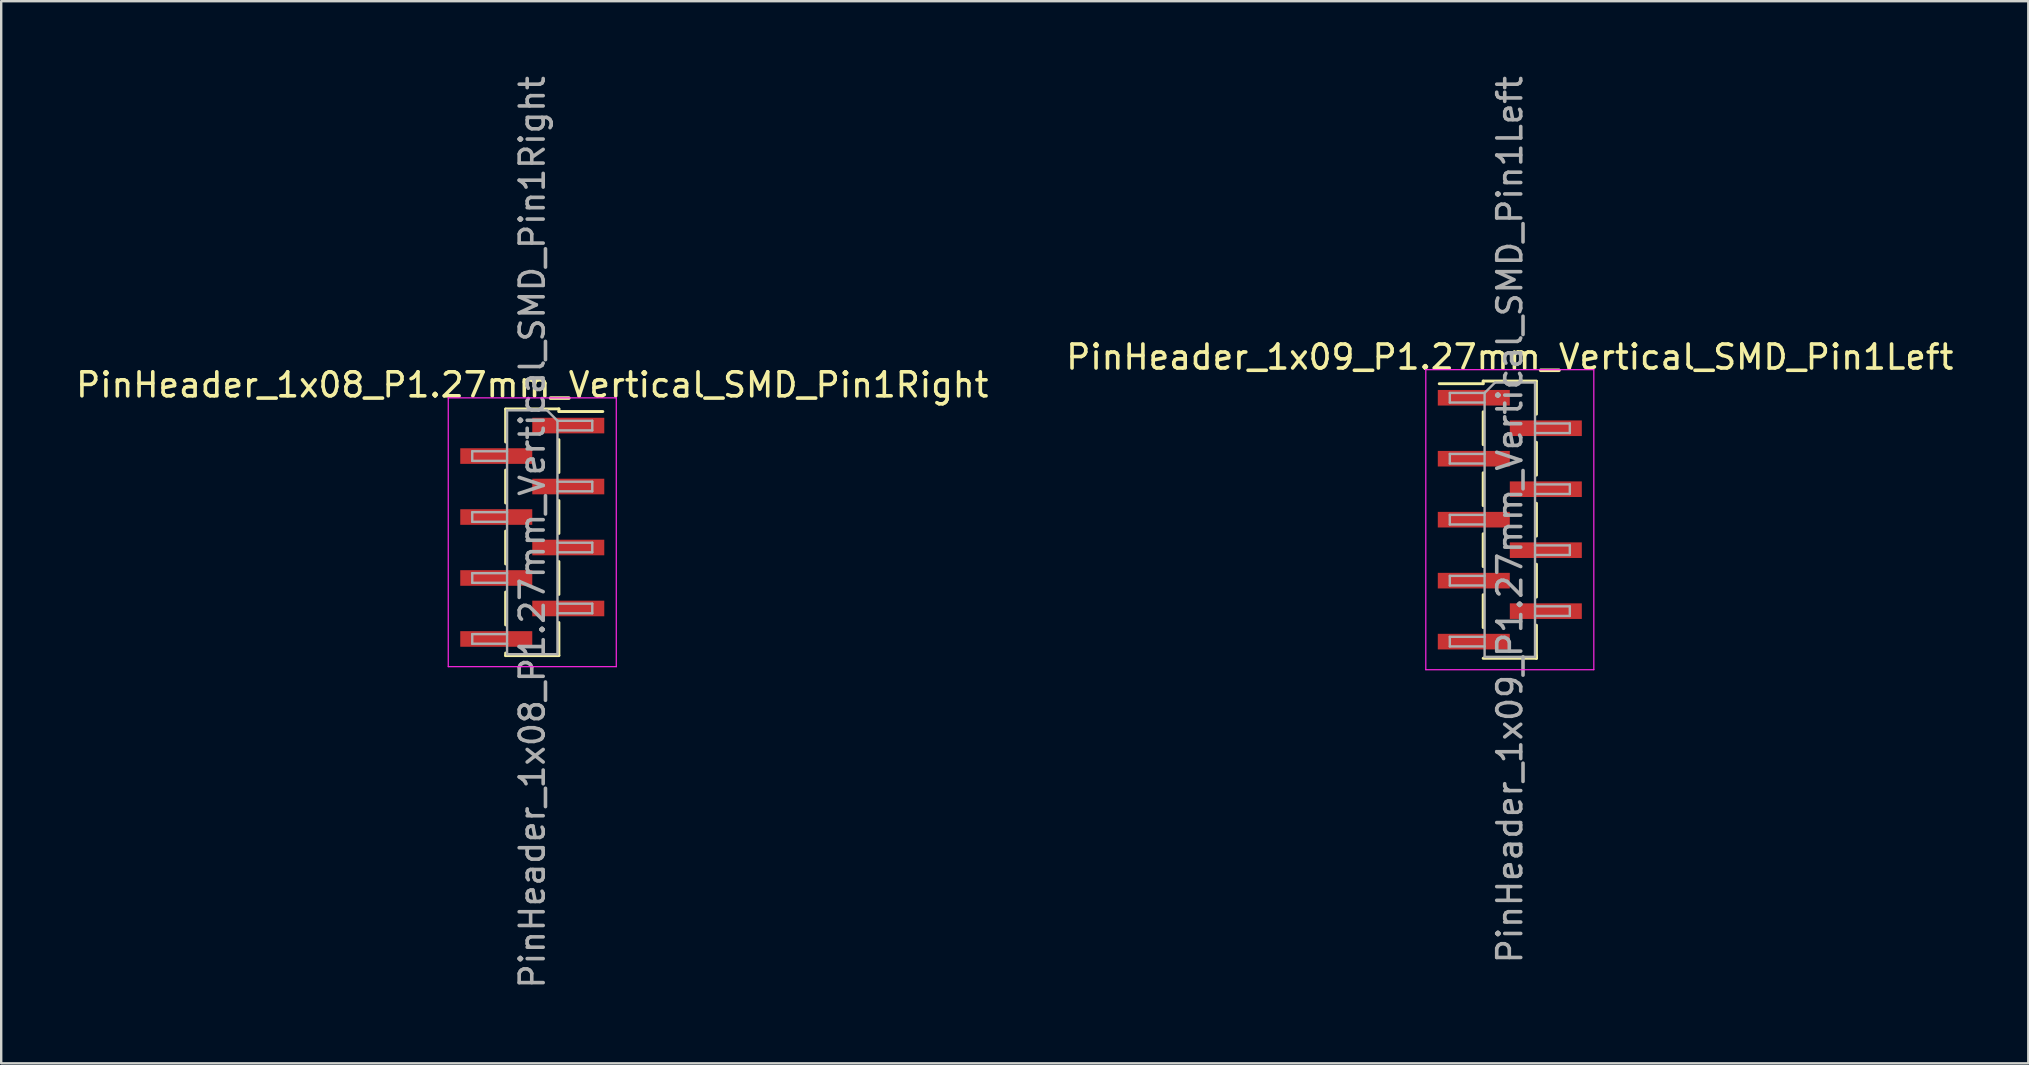
<source format=kicad_pcb>
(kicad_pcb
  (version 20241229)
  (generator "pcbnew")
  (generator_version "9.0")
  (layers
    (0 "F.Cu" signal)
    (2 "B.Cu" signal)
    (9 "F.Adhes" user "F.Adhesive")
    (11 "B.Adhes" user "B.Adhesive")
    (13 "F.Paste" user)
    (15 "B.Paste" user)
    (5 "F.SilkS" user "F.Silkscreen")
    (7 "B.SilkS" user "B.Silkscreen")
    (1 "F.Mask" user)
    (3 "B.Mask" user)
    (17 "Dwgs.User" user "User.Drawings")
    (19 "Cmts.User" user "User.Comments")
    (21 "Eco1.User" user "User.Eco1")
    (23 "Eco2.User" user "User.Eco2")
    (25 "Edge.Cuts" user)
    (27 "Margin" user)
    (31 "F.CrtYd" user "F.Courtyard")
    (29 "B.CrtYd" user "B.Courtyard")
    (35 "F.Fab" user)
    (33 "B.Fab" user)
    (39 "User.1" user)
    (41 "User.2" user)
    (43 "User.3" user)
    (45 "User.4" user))
  (footprint "PinHeader_1x08_P1.27mm_Vertical_SMD_Pin1Right"
    (layer "F.Cu")
    (at 19.125 19.125)
    (property "Reference" "PinHeader_1x08_P1.27mm_Vertical_SMD_Pin1Right" (at 0 -6.14 0) (layer "F.SilkS") (effects (font (size 1 1) (thickness 0.15))))
    (attr smd)
    (fp_line (start -1.11 -5.14) (end 1.11 -5.14) (stroke (width 0.12) (type solid)) (layer "F.SilkS"))
    (fp_line (start -1.11 -5.13) (end -1.11 -3.76) (stroke (width 0.12) (type solid)) (layer "F.SilkS"))
    (fp_line (start -1.11 -2.59) (end -1.11 -1.22) (stroke (width 0.12) (type solid)) (layer "F.SilkS"))
    (fp_line (start -1.11 -0.05) (end -1.11 1.32) (stroke (width 0.12) (type solid)) (layer "F.SilkS"))
    (fp_line (start -1.11 2.49) (end -1.11 3.86) (stroke (width 0.12) (type solid)) (layer "F.SilkS"))
    (fp_line (start -1.11 5.03) (end -1.11 5.14) (stroke (width 0.12) (type solid)) (layer "F.SilkS"))
    (fp_line (start -1.11 5.14) (end 1.11 5.14) (stroke (width 0.12) (type solid)) (layer "F.SilkS"))
    (fp_line (start 1.11 -5.14) (end 1.11 -5.03) (stroke (width 0.12) (type solid)) (layer "F.SilkS"))
    (fp_line (start 1.11 -5.03) (end 2.94 -5.03) (stroke (width 0.12) (type solid)) (layer "F.SilkS"))
    (fp_line (start 1.11 -3.86) (end 1.11 -2.49) (stroke (width 0.12) (type solid)) (layer "F.SilkS"))
    (fp_line (start 1.11 -1.32) (end 1.11 0.05) (stroke (width 0.12) (type solid)) (layer "F.SilkS"))
    (fp_line (start 1.11 1.22) (end 1.11 2.59) (stroke (width 0.12) (type solid)) (layer "F.SilkS"))
    (fp_line (start 1.11 3.76) (end 1.11 5.13) (stroke (width 0.12) (type solid)) (layer "F.SilkS"))
    (fp_line (start -3.5 -5.6) (end -3.5 5.6) (stroke (width 0.05) (type solid)) (layer "F.CrtYd"))
    (fp_line (start -3.5 5.6) (end 3.5 5.6) (stroke (width 0.05) (type solid)) (layer "F.CrtYd"))
    (fp_line (start 3.5 -5.6) (end -3.5 -5.6) (stroke (width 0.05) (type solid)) (layer "F.CrtYd"))
    (fp_line (start 3.5 5.6) (end 3.5 -5.6) (stroke (width 0.05) (type solid)) (layer "F.CrtYd"))
    (fp_line (start -2.5 -3.375) (end -2.5 -2.975) (stroke (width 0.1) (type solid)) (layer "F.Fab"))
    (fp_line (start -2.5 -2.975) (end -1.05 -2.975) (stroke (width 0.1) (type solid)) (layer "F.Fab"))
    (fp_line (start -2.5 -0.835) (end -2.5 -0.435) (stroke (width 0.1) (type solid)) (layer "F.Fab"))
    (fp_line (start -2.5 -0.435) (end -1.05 -0.435) (stroke (width 0.1) (type solid)) (layer "F.Fab"))
    (fp_line (start -2.5 1.705) (end -2.5 2.105) (stroke (width 0.1) (type solid)) (layer "F.Fab"))
    (fp_line (start -2.5 2.105) (end -1.05 2.105) (stroke (width 0.1) (type solid)) (layer "F.Fab"))
    (fp_line (start -2.5 4.245) (end -2.5 4.645) (stroke (width 0.1) (type solid)) (layer "F.Fab"))
    (fp_line (start -2.5 4.645) (end -1.05 4.645) (stroke (width 0.1) (type solid)) (layer "F.Fab"))
    (fp_line (start -1.05 -5.08) (end -1.05 5.08) (stroke (width 0.1) (type solid)) (layer "F.Fab"))
    (fp_line (start -1.05 -5.08) (end 0.615 -5.08) (stroke (width 0.1) (type solid)) (layer "F.Fab"))
    (fp_line (start -1.05 -3.375) (end -2.5 -3.375) (stroke (width 0.1) (type solid)) (layer "F.Fab"))
    (fp_line (start -1.05 -0.835) (end -2.5 -0.835) (stroke (width 0.1) (type solid)) (layer "F.Fab"))
    (fp_line (start -1.05 1.705) (end -2.5 1.705) (stroke (width 0.1) (type solid)) (layer "F.Fab"))
    (fp_line (start -1.05 4.245) (end -2.5 4.245) (stroke (width 0.1) (type solid)) (layer "F.Fab"))
    (fp_line (start 1.05 -4.645) (end 0.615 -5.08) (stroke (width 0.1) (type solid)) (layer "F.Fab"))
    (fp_line (start 1.05 -4.645) (end 2.5 -4.645) (stroke (width 0.1) (type solid)) (layer "F.Fab"))
    (fp_line (start 1.05 -2.105) (end 2.5 -2.105) (stroke (width 0.1) (type solid)) (layer "F.Fab"))
    (fp_line (start 1.05 0.435) (end 2.5 0.435) (stroke (width 0.1) (type solid)) (layer "F.Fab"))
    (fp_line (start 1.05 2.975) (end 2.5 2.975) (stroke (width 0.1) (type solid)) (layer "F.Fab"))
    (fp_line (start 1.05 5.08) (end -1.05 5.08) (stroke (width 0.1) (type solid)) (layer "F.Fab"))
    (fp_line (start 1.05 5.08) (end 1.05 -4.645) (stroke (width 0.1) (type solid)) (layer "F.Fab"))
    (fp_line (start 2.5 -4.645) (end 2.5 -4.245) (stroke (width 0.1) (type solid)) (layer "F.Fab"))
    (fp_line (start 2.5 -4.245) (end 1.05 -4.245) (stroke (width 0.1) (type solid)) (layer "F.Fab"))
    (fp_line (start 2.5 -2.105) (end 2.5 -1.705) (stroke (width 0.1) (type solid)) (layer "F.Fab"))
    (fp_line (start 2.5 -1.705) (end 1.05 -1.705) (stroke (width 0.1) (type solid)) (layer "F.Fab"))
    (fp_line (start 2.5 0.435) (end 2.5 0.835) (stroke (width 0.1) (type solid)) (layer "F.Fab"))
    (fp_line (start 2.5 0.835) (end 1.05 0.835) (stroke (width 0.1) (type solid)) (layer "F.Fab"))
    (fp_line (start 2.5 2.975) (end 2.5 3.375) (stroke (width 0.1) (type solid)) (layer "F.Fab"))
    (fp_line (start 2.5 3.375) (end 1.05 3.375) (stroke (width 0.1) (type solid)) (layer "F.Fab"))
    (fp_text user "${REFERENCE}" (at 0 0 90) (layer "F.Fab") (effects (font (size 1 1) (thickness 0.15))))
    (pad "1" smd rect (at 1.5 -4.445) (size 3 0.65) (layers "F.Cu" "F.Mask" "F.Paste"))
    (pad "2" smd rect (at -1.5 -3.175) (size 3 0.65) (layers "F.Cu" "F.Mask" "F.Paste"))
    (pad "3" smd rect (at 1.5 -1.905) (size 3 0.65) (layers "F.Cu" "F.Mask" "F.Paste"))
    (pad "4" smd rect (at -1.5 -0.635) (size 3 0.65) (layers "F.Cu" "F.Mask" "F.Paste"))
    (pad "5" smd rect (at 1.5 0.635) (size 3 0.65) (layers "F.Cu" "F.Mask" "F.Paste"))
    (pad "6" smd rect (at -1.5 1.905) (size 3 0.65) (layers "F.Cu" "F.Mask" "F.Paste"))
    (pad "7" smd rect (at 1.5 3.175) (size 3 0.65) (layers "F.Cu" "F.Mask" "F.Paste"))
    (pad "8" smd rect (at -1.5 4.445) (size 3 0.65) (layers "F.Cu" "F.Mask" "F.Paste")))
  (footprint "PinHeader_1x09_P1.27mm_Vertical_SMD_Pin1Left"
    (layer "F.Cu")
    (at 59.851 18.601)
    (property "Reference" "PinHeader_1x09_P1.27mm_Vertical_SMD_Pin1Left" (at 0 -6.775 0) (layer "F.SilkS") (effects (font (size 1 1) (thickness 0.15))))
    (attr smd)
    (fp_line (start -1.11 -5.775) (end -1.11 -5.665) (stroke (width 0.12) (type solid)) (layer "F.SilkS"))
    (fp_line (start -1.11 -5.775) (end 1.11 -5.775) (stroke (width 0.12) (type solid)) (layer "F.SilkS"))
    (fp_line (start -1.11 -5.665) (end -2.94 -5.665) (stroke (width 0.12) (type solid)) (layer "F.SilkS"))
    (fp_line (start -1.11 -4.495) (end -1.11 -3.125) (stroke (width 0.12) (type solid)) (layer "F.SilkS"))
    (fp_line (start -1.11 -1.955) (end -1.11 -0.585) (stroke (width 0.12) (type solid)) (layer "F.SilkS"))
    (fp_line (start -1.11 0.585) (end -1.11 1.955) (stroke (width 0.12) (type solid)) (layer "F.SilkS"))
    (fp_line (start -1.11 3.125) (end -1.11 4.495) (stroke (width 0.12) (type solid)) (layer "F.SilkS"))
    (fp_line (start -1.11 5.775) (end 1.11 5.775) (stroke (width 0.12) (type solid)) (layer "F.SilkS"))
    (fp_line (start 1.11 -5.765) (end 1.11 -4.395) (stroke (width 0.12) (type solid)) (layer "F.SilkS"))
    (fp_line (start 1.11 -3.225) (end 1.11 -1.855) (stroke (width 0.12) (type solid)) (layer "F.SilkS"))
    (fp_line (start 1.11 -0.685) (end 1.11 0.685) (stroke (width 0.12) (type solid)) (layer "F.SilkS"))
    (fp_line (start 1.11 1.855) (end 1.11 3.225) (stroke (width 0.12) (type solid)) (layer "F.SilkS"))
    (fp_line (start 1.11 4.395) (end 1.11 5.765) (stroke (width 0.12) (type solid)) (layer "F.SilkS"))
    (fp_line (start 1.11 5.665) (end 1.11 5.775) (stroke (width 0.12) (type solid)) (layer "F.SilkS"))
    (fp_line (start -3.5 -6.25) (end -3.5 6.25) (stroke (width 0.05) (type solid)) (layer "F.CrtYd"))
    (fp_line (start -3.5 6.25) (end 3.5 6.25) (stroke (width 0.05) (type solid)) (layer "F.CrtYd"))
    (fp_line (start 3.5 -6.25) (end -3.5 -6.25) (stroke (width 0.05) (type solid)) (layer "F.CrtYd"))
    (fp_line (start 3.5 6.25) (end 3.5 -6.25) (stroke (width 0.05) (type solid)) (layer "F.CrtYd"))
    (fp_line (start -2.5 -5.28) (end -2.5 -4.88) (stroke (width 0.1) (type solid)) (layer "F.Fab"))
    (fp_line (start -2.5 -4.88) (end -1.05 -4.88) (stroke (width 0.1) (type solid)) (layer "F.Fab"))
    (fp_line (start -2.5 -2.74) (end -2.5 -2.34) (stroke (width 0.1) (type solid)) (layer "F.Fab"))
    (fp_line (start -2.5 -2.34) (end -1.05 -2.34) (stroke (width 0.1) (type solid)) (layer "F.Fab"))
    (fp_line (start -2.5 -0.2) (end -2.5 0.2) (stroke (width 0.1) (type solid)) (layer "F.Fab"))
    (fp_line (start -2.5 0.2) (end -1.05 0.2) (stroke (width 0.1) (type solid)) (layer "F.Fab"))
    (fp_line (start -2.5 2.34) (end -2.5 2.74) (stroke (width 0.1) (type solid)) (layer "F.Fab"))
    (fp_line (start -2.5 2.74) (end -1.05 2.74) (stroke (width 0.1) (type solid)) (layer "F.Fab"))
    (fp_line (start -2.5 4.88) (end -2.5 5.28) (stroke (width 0.1) (type solid)) (layer "F.Fab"))
    (fp_line (start -2.5 5.28) (end -1.05 5.28) (stroke (width 0.1) (type solid)) (layer "F.Fab"))
    (fp_line (start -1.05 -5.28) (end -2.5 -5.28) (stroke (width 0.1) (type solid)) (layer "F.Fab"))
    (fp_line (start -1.05 -5.28) (end -0.615 -5.715) (stroke (width 0.1) (type solid)) (layer "F.Fab"))
    (fp_line (start -1.05 -2.74) (end -2.5 -2.74) (stroke (width 0.1) (type solid)) (layer "F.Fab"))
    (fp_line (start -1.05 -0.2) (end -2.5 -0.2) (stroke (width 0.1) (type solid)) (layer "F.Fab"))
    (fp_line (start -1.05 2.34) (end -2.5 2.34) (stroke (width 0.1) (type solid)) (layer "F.Fab"))
    (fp_line (start -1.05 4.88) (end -2.5 4.88) (stroke (width 0.1) (type solid)) (layer "F.Fab"))
    (fp_line (start -1.05 5.715) (end -1.05 -5.28) (stroke (width 0.1) (type solid)) (layer "F.Fab"))
    (fp_line (start -0.615 -5.715) (end 1.05 -5.715) (stroke (width 0.1) (type solid)) (layer "F.Fab"))
    (fp_line (start 1.05 -5.715) (end 1.05 5.715) (stroke (width 0.1) (type solid)) (layer "F.Fab"))
    (fp_line (start 1.05 -4.01) (end 2.5 -4.01) (stroke (width 0.1) (type solid)) (layer "F.Fab"))
    (fp_line (start 1.05 -1.47) (end 2.5 -1.47) (stroke (width 0.1) (type solid)) (layer "F.Fab"))
    (fp_line (start 1.05 1.07) (end 2.5 1.07) (stroke (width 0.1) (type solid)) (layer "F.Fab"))
    (fp_line (start 1.05 3.61) (end 2.5 3.61) (stroke (width 0.1) (type solid)) (layer "F.Fab"))
    (fp_line (start 1.05 5.715) (end -1.05 5.715) (stroke (width 0.1) (type solid)) (layer "F.Fab"))
    (fp_line (start 2.5 -4.01) (end 2.5 -3.61) (stroke (width 0.1) (type solid)) (layer "F.Fab"))
    (fp_line (start 2.5 -3.61) (end 1.05 -3.61) (stroke (width 0.1) (type solid)) (layer "F.Fab"))
    (fp_line (start 2.5 -1.47) (end 2.5 -1.07) (stroke (width 0.1) (type solid)) (layer "F.Fab"))
    (fp_line (start 2.5 -1.07) (end 1.05 -1.07) (stroke (width 0.1) (type solid)) (layer "F.Fab"))
    (fp_line (start 2.5 1.07) (end 2.5 1.47) (stroke (width 0.1) (type solid)) (layer "F.Fab"))
    (fp_line (start 2.5 1.47) (end 1.05 1.47) (stroke (width 0.1) (type solid)) (layer "F.Fab"))
    (fp_line (start 2.5 3.61) (end 2.5 4.01) (stroke (width 0.1) (type solid)) (layer "F.Fab"))
    (fp_line (start 2.5 4.01) (end 1.05 4.01) (stroke (width 0.1) (type solid)) (layer "F.Fab"))
    (fp_text user "${REFERENCE}" (at 0 0 90) (layer "F.Fab") (effects (font (size 1 1) (thickness 0.15))))
    (pad "1" smd rect (at -1.5 -5.08) (size 3 0.65) (layers "F.Cu" "F.Mask" "F.Paste"))
    (pad "2" smd rect (at 1.5 -3.81) (size 3 0.65) (layers "F.Cu" "F.Mask" "F.Paste"))
    (pad "3" smd rect (at -1.5 -2.54) (size 3 0.65) (layers "F.Cu" "F.Mask" "F.Paste"))
    (pad "4" smd rect (at 1.5 -1.27) (size 3 0.65) (layers "F.Cu" "F.Mask" "F.Paste"))
    (pad "5" smd rect (at -1.5 0) (size 3 0.65) (layers "F.Cu" "F.Mask" "F.Paste"))
    (pad "6" smd rect (at 1.5 1.27) (size 3 0.65) (layers "F.Cu" "F.Mask" "F.Paste"))
    (pad "7" smd rect (at -1.5 2.54) (size 3 0.65) (layers "F.Cu" "F.Mask" "F.Paste"))
    (pad "8" smd rect (at 1.5 3.81) (size 3 0.65) (layers "F.Cu" "F.Mask" "F.Paste"))
    (pad "9" smd rect (at -1.5 5.08) (size 3 0.65) (layers "F.Cu" "F.Mask" "F.Paste")))
  (gr_rect
    (start -3 -3)
    (end 81.452 41.25)
    (stroke (width 0.1) (type default))
    (fill no)
    (layer "Edge.Cuts")))
</source>
